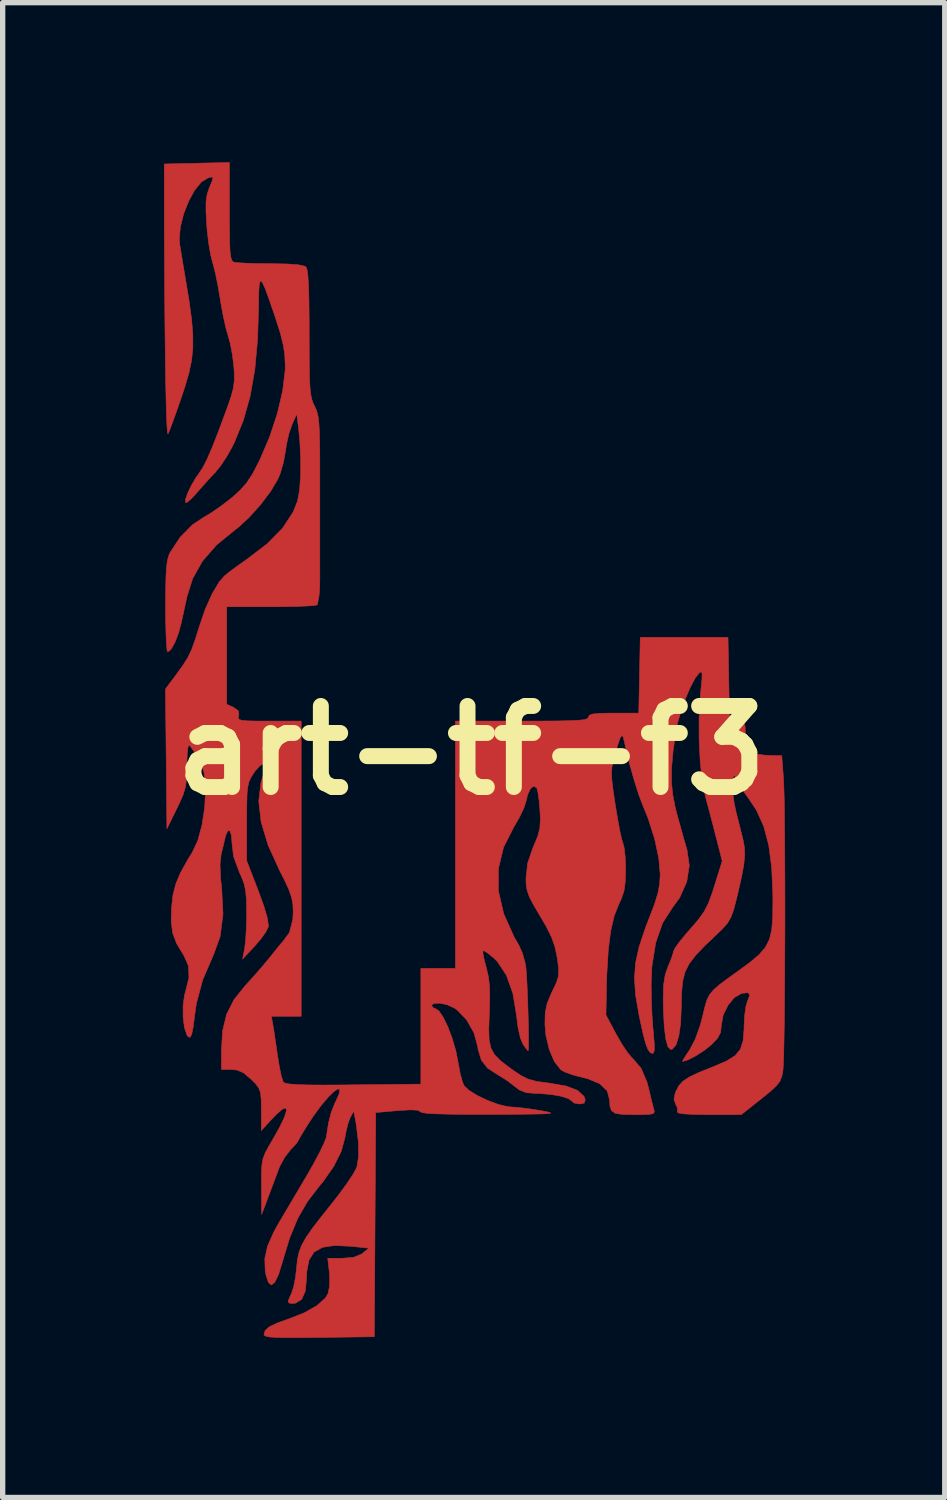
<source format=kicad_pcb>
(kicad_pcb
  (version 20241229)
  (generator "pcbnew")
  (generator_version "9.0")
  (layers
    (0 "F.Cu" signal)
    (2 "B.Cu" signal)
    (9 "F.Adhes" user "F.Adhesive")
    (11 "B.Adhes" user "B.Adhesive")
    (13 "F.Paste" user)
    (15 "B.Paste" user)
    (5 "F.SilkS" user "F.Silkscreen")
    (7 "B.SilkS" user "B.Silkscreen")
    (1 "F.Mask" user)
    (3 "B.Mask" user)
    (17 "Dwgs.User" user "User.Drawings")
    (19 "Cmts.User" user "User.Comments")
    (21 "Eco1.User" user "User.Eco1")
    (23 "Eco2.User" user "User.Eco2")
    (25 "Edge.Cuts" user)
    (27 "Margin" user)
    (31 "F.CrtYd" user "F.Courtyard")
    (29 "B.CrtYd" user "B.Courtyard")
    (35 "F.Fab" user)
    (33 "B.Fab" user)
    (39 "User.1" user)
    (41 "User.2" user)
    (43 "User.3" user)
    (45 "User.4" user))
  (footprint "art-tf-f3"
    (layer "F.Cu")
    (at 5.813 11.058)
    (property "Reference" "art-tf-f3" (at 0 0 0) (layer "F.SilkS") (effects (font (size 1.524 1.524) (thickness 0.3))))
    (attr through_hole)
    (fp_poly (pts (xy -4.55 -10.132) (xy -4.549 -9.802) (xy -4.545 -9.559) (xy -4.538 -9.389) (xy -4.525 -9.278) (xy -4.506 -9.215) (xy -4.48 -9.185) (xy -4.471 -9.18) (xy -4.392 -9.169) (xy -4.236 -9.159) (xy -4.025 -9.152) (xy -3.782 -9.15) (xy -3.781 -9.15) (xy -3.465 -9.145) (xy -3.248 -9.129) (xy -3.129 -9.102) (xy -3.11 -9.09) (xy -3.089 -9.035) (xy -3.073 -8.914) (xy -3.061 -8.717) (xy -3.054 -8.44) (xy -3.05 -8.073) (xy -3.05 -7.851) (xy -3.049 -7.473) (xy -3.047 -7.181) (xy -3.042 -6.96) (xy -3.032 -6.798) (xy -3.018 -6.68) (xy -2.998 -6.591) (xy -2.971 -6.518) (xy -2.949 -6.473) (xy -2.919 -6.409) (xy -2.896 -6.339) (xy -2.878 -6.25) (xy -2.866 -6.131) (xy -2.857 -5.968) (xy -2.852 -5.748) (xy -2.85 -5.46) (xy -2.85 -5.091) (xy -2.85 -4.875) (xy -2.85 -4.497) (xy -2.85 -4.138) (xy -2.85 -3.817) (xy -2.85 -3.547) (xy -2.85 -3.345) (xy -2.849 -3.227) (xy -2.849 -3.225) (xy -2.853 -3.057) (xy -2.863 -2.918) (xy -2.87 -2.875) (xy -2.89 -2.775) (xy -2.896 -2.737) (xy -2.945 -2.725) (xy -3.077 -2.715) (xy -3.277 -2.706) (xy -3.527 -2.701) (xy -3.75 -2.7) (xy -4.6 -2.7) (xy -4.6 -0.866) (xy -4.472 -0.808) (xy -4.38 -0.743) (xy -4.372 -0.659) (xy -4.375 -0.65) (xy -4.384 -0.608) (xy -4.367 -0.58) (xy -4.309 -0.563) (xy -4.196 -0.554) (xy -4.01 -0.55) (xy -3.803 -0.55) (xy -3.2 -0.55) (xy -3.2 5) (xy -3.761 5) (xy -3.732 5.162) (xy -3.711 5.288) (xy -3.683 5.478) (xy -3.651 5.695) (xy -3.643 5.75) (xy -3.61 5.952) (xy -3.575 6.118) (xy -3.543 6.222) (xy -3.535 6.239) (xy -3.496 6.259) (xy -3.41 6.274) (xy -3.267 6.285) (xy -3.057 6.291) (xy -2.77 6.293) (xy -2.396 6.291) (xy -2.218 6.289) (xy -0.95 6.276) (xy -0.95 4.1) (xy -0.3 4.1) (xy -0.3 -0.55) (xy 0.95 -0.55) (xy 1.34 -0.551) (xy 1.642 -0.553) (xy 1.865 -0.558) (xy 2.022 -0.566) (xy 2.122 -0.578) (xy 2.177 -0.594) (xy 2.199 -0.616) (xy 2.2 -0.625) (xy 2.217 -0.661) (xy 2.279 -0.683) (xy 2.404 -0.696) (xy 2.607 -0.7) (xy 2.674 -0.7) (xy 3.147 -0.7) (xy 3.161 -1.413) (xy 3.175 -2.125) (xy 4.825 -2.125) (xy 4.839 -1.337) (xy 4.853 -0.55) (xy 5.001 -0.55) (xy 5.084 -0.546) (xy 5.129 -0.517) (xy 5.147 -0.441) (xy 5.15 -0.292) (xy 5.15 -0.257) (xy 5.15 0.037) (xy 5.338 0.068) (xy 5.511 0.09) (xy 5.673 0.099) (xy 5.68 0.099) (xy 5.835 0.1) (xy 5.867 0.512) (xy 5.874 0.658) (xy 5.881 0.885) (xy 5.886 1.184) (xy 5.889 1.541) (xy 5.892 1.945) (xy 5.894 2.383) (xy 5.895 2.843) (xy 5.895 3.314) (xy 5.893 3.783) (xy 5.891 4.239) (xy 5.888 4.668) (xy 5.884 5.059) (xy 5.879 5.401) (xy 5.873 5.68) (xy 5.867 5.886) (xy 5.859 6.005) (xy 5.858 6.014) (xy 5.837 6.13) (xy 5.801 6.221) (xy 5.734 6.308) (xy 5.619 6.414) (xy 5.45 6.551) (xy 5.075 6.849) (xy 4.46 6.85) (xy 4.194 6.846) (xy 4.003 6.836) (xy 3.894 6.819) (xy 3.874 6.802) (xy 3.874 6.726) (xy 3.843 6.658) (xy 3.809 6.561) (xy 3.833 6.442) (xy 3.847 6.408) (xy 3.9 6.307) (xy 3.977 6.222) (xy 4.096 6.143) (xy 4.275 6.058) (xy 4.53 5.955) (xy 4.545 5.949) (xy 4.792 5.844) (xy 4.958 5.741) (xy 5.059 5.619) (xy 5.109 5.458) (xy 5.127 5.235) (xy 5.127 5.177) (xy 5.138 4.982) (xy 5.162 4.812) (xy 5.194 4.708) (xy 5.236 4.6) (xy 5.201 4.556) (xy 5.086 4.568) (xy 5.079 4.57) (xy 4.945 4.648) (xy 4.824 4.794) (xy 4.735 4.976) (xy 4.7 5.163) (xy 4.7 5.167) (xy 4.685 5.304) (xy 4.627 5.415) (xy 4.512 5.535) (xy 4.379 5.641) (xy 4.224 5.741) (xy 4.078 5.817) (xy 3.975 5.85) (xy 3.97 5.85) (xy 3.985 5.813) (xy 4.045 5.719) (xy 4.1 5.638) (xy 4.209 5.432) (xy 4.307 5.156) (xy 4.347 5) (xy 4.39 4.822) (xy 4.429 4.692) (xy 4.481 4.59) (xy 4.559 4.497) (xy 4.678 4.396) (xy 4.854 4.266) (xy 5.007 4.156) (xy 5.239 3.986) (xy 5.41 3.841) (xy 5.529 3.702) (xy 5.606 3.55) (xy 5.648 3.363) (xy 5.666 3.123) (xy 5.669 2.808) (xy 5.668 2.7) (xy 5.646 2.199) (xy 5.59 1.78) (xy 5.496 1.427) (xy 5.36 1.126) (xy 5.224 0.921) (xy 5.114 0.767) (xy 5.023 0.625) (xy 4.984 0.552) (xy 4.948 0.478) (xy 4.929 0.479) (xy 4.916 0.566) (xy 4.91 0.625) (xy 4.913 0.782) (xy 4.94 0.985) (xy 4.974 1.15) (xy 5.027 1.358) (xy 5.078 1.563) (xy 5.109 1.687) (xy 5.134 1.824) (xy 5.139 1.972) (xy 5.122 2.152) (xy 5.079 2.383) (xy 5.01 2.686) (xy 4.991 2.766) (xy 4.935 2.983) (xy 4.882 3.133) (xy 4.817 3.246) (xy 4.724 3.353) (xy 4.633 3.441) (xy 4.391 3.671) (xy 4.215 3.855) (xy 4.093 4.015) (xy 4.016 4.171) (xy 3.972 4.344) (xy 3.953 4.554) (xy 3.947 4.822) (xy 3.947 4.825) (xy 3.934 5.134) (xy 3.899 5.376) (xy 3.846 5.541) (xy 3.776 5.62) (xy 3.75 5.625) (xy 3.697 5.576) (xy 3.655 5.43) (xy 3.626 5.19) (xy 3.609 4.859) (xy 3.606 4.675) (xy 3.613 4.413) (xy 3.645 4.215) (xy 3.701 4.057) (xy 3.76 3.915) (xy 3.795 3.805) (xy 3.8 3.776) (xy 3.832 3.713) (xy 3.916 3.597) (xy 4.039 3.447) (xy 4.112 3.364) (xy 4.268 3.183) (xy 4.377 3.03) (xy 4.458 2.871) (xy 4.532 2.668) (xy 4.57 2.548) (xy 4.716 2.081) (xy 4.613 1.678) (xy 4.546 1.417) (xy 4.469 1.125) (xy 4.402 0.878) (xy 4.343 0.586) (xy 4.303 0.224) (xy 4.282 -0.18) (xy 4.281 -0.599) (xy 4.303 -1.004) (xy 4.316 -1.147) (xy 4.335 -1.335) (xy 4.338 -1.439) (xy 4.324 -1.477) (xy 4.29 -1.463) (xy 4.286 -1.459) (xy 4.207 -1.357) (xy 4.115 -1.184) (xy 4.022 -0.966) (xy 3.938 -0.73) (xy 3.873 -0.502) (xy 3.848 -0.374) (xy 3.793 0.007) (xy 3.765 0.318) (xy 3.761 0.583) (xy 3.785 0.829) (xy 3.834 1.081) (xy 3.873 1.231) (xy 3.936 1.457) (xy 3.993 1.661) (xy 4.038 1.814) (xy 4.054 1.87) (xy 4.097 2.166) (xy 4.049 2.473) (xy 3.915 2.772) (xy 3.781 2.956) (xy 3.594 3.248) (xy 3.465 3.619) (xy 3.394 4.064) (xy 3.38 4.398) (xy 3.384 4.673) (xy 3.395 4.962) (xy 3.413 5.22) (xy 3.422 5.312) (xy 3.44 5.526) (xy 3.438 5.651) (xy 3.415 5.699) (xy 3.409 5.7) (xy 3.362 5.683) (xy 3.319 5.623) (xy 3.276 5.508) (xy 3.227 5.324) (xy 3.169 5.058) (xy 3.148 4.957) (xy 3.087 4.6) (xy 3.066 4.289) (xy 3.087 3.995) (xy 3.155 3.688) (xy 3.272 3.339) (xy 3.342 3.157) (xy 3.444 2.891) (xy 3.507 2.685) (xy 3.54 2.51) (xy 3.55 2.337) (xy 3.55 2.332) (xy 3.522 2.022) (xy 3.445 1.662) (xy 3.325 1.285) (xy 3.23 1.05) (xy 3.148 0.838) (xy 3.06 0.559) (xy 2.972 0.246) (xy 2.896 -0.071) (xy 2.875 -0.168) (xy 2.852 -0.257) (xy 2.827 -0.279) (xy 2.795 -0.228) (xy 2.749 -0.094) (xy 2.703 0.065) (xy 2.665 0.203) (xy 2.642 0.317) (xy 2.634 0.43) (xy 2.642 0.566) (xy 2.665 0.751) (xy 2.703 1.009) (xy 2.706 1.028) (xy 2.747 1.276) (xy 2.787 1.494) (xy 2.823 1.659) (xy 2.85 1.749) (xy 2.852 1.753) (xy 2.875 1.844) (xy 2.892 2.004) (xy 2.9 2.201) (xy 2.9 2.242) (xy 2.893 2.474) (xy 2.869 2.645) (xy 2.818 2.794) (xy 2.776 2.883) (xy 2.686 3.11) (xy 2.618 3.401) (xy 2.573 3.767) (xy 2.546 4.217) (xy 2.541 4.405) (xy 2.53 4.975) (xy 2.725 5.342) (xy 2.832 5.527) (xy 2.941 5.688) (xy 3.031 5.794) (xy 3.046 5.807) (xy 3.191 5.978) (xy 3.302 6.239) (xy 3.35 6.425) (xy 3.386 6.584) (xy 3.422 6.719) (xy 3.427 6.737) (xy 3.44 6.793) (xy 3.423 6.827) (xy 3.359 6.843) (xy 3.227 6.849) (xy 3.061 6.85) (xy 2.844 6.846) (xy 2.708 6.825) (xy 2.635 6.776) (xy 2.605 6.689) (xy 2.6 6.578) (xy 2.554 6.404) (xy 2.416 6.269) (xy 2.187 6.173) (xy 2.09 6.15) (xy 1.909 6.103) (xy 1.757 6.048) (xy 1.681 6.005) (xy 1.56 5.85) (xy 1.464 5.625) (xy 1.401 5.359) (xy 1.383 5.15) (xy 1.388 4.933) (xy 1.425 4.757) (xy 1.505 4.565) (xy 1.521 4.533) (xy 1.597 4.372) (xy 1.636 4.252) (xy 1.642 4.13) (xy 1.624 3.966) (xy 1.613 3.898) (xy 1.573 3.701) (xy 1.509 3.517) (xy 1.408 3.313) (xy 1.293 3.116) (xy 1.169 2.906) (xy 1.09 2.753) (xy 1.047 2.63) (xy 1.029 2.51) (xy 1.027 2.397) (xy 1.058 2.122) (xy 1.157 1.831) (xy 1.17 1.802) (xy 1.248 1.614) (xy 1.287 1.461) (xy 1.297 1.294) (xy 1.289 1.126) (xy 1.273 0.94) (xy 1.251 0.79) (xy 1.23 0.708) (xy 1.229 0.706) (xy 1.172 0.672) (xy 1.11 0.72) (xy 1.057 0.835) (xy 1.033 0.939) (xy 0.99 1.076) (xy 0.906 1.255) (xy 0.801 1.436) (xy 0.605 1.822) (xy 0.508 2.224) (xy 0.508 2.641) (xy 0.607 3.071) (xy 0.805 3.513) (xy 0.891 3.66) (xy 0.96 3.814) (xy 1.012 4.004) (xy 1.024 4.076) (xy 1.035 4.201) (xy 1.045 4.386) (xy 1.055 4.61) (xy 1.063 4.853) (xy 1.07 5.096) (xy 1.074 5.317) (xy 1.075 5.496) (xy 1.072 5.614) (xy 1.067 5.65) (xy 1.032 5.613) (xy 0.97 5.524) (xy 0.969 5.523) (xy 0.92 5.402) (xy 0.877 5.209) (xy 0.848 4.981) (xy 0.78 4.57) (xy 0.659 4.23) (xy 0.488 3.97) (xy 0.413 3.897) (xy 0.306 3.811) (xy 0.233 3.767) (xy 0.217 3.767) (xy 0.218 3.823) (xy 0.243 3.946) (xy 0.279 4.081) (xy 0.318 4.246) (xy 0.34 4.423) (xy 0.346 4.639) (xy 0.338 4.924) (xy 0.337 4.955) (xy 0.327 5.24) (xy 0.334 5.449) (xy 0.369 5.603) (xy 0.439 5.727) (xy 0.555 5.842) (xy 0.726 5.973) (xy 0.77 6.005) (xy 0.931 6.113) (xy 1.068 6.181) (xy 1.22 6.223) (xy 1.427 6.252) (xy 1.467 6.257) (xy 1.78 6.311) (xy 1.996 6.393) (xy 2.117 6.505) (xy 2.141 6.568) (xy 2.123 6.632) (xy 2.033 6.65) (xy 1.932 6.631) (xy 1.891 6.597) (xy 1.828 6.548) (xy 1.691 6.504) (xy 1.504 6.471) (xy 1.291 6.453) (xy 1.22 6.451) (xy 1.036 6.437) (xy 0.904 6.386) (xy 0.82 6.322) (xy 0.671 6.208) (xy 0.508 6.106) (xy 0.5 6.102) (xy 0.305 5.975) (xy 0.188 5.826) (xy 0.127 5.626) (xy 0.119 5.571) (xy 0.048 5.31) (xy -0.089 5.069) (xy -0.268 4.881) (xy -0.325 4.842) (xy -0.454 4.784) (xy -0.589 4.754) (xy -0.698 4.756) (xy -0.749 4.792) (xy -0.75 4.8) (xy -0.711 4.846) (xy -0.687 4.85) (xy -0.614 4.896) (xy -0.529 5.019) (xy -0.441 5.202) (xy -0.359 5.422) (xy -0.29 5.661) (xy -0.246 5.888) (xy -0.212 6.071) (xy -0.17 6.226) (xy -0.138 6.304) (xy -0.047 6.392) (xy 0.111 6.49) (xy 0.306 6.582) (xy 0.506 6.657) (xy 0.681 6.699) (xy 0.735 6.704) (xy 0.881 6.715) (xy 1.081 6.739) (xy 1.295 6.772) (xy 1.3 6.773) (xy 1.408 6.793) (xy 1.475 6.809) (xy 1.493 6.82) (xy 1.455 6.829) (xy 1.351 6.835) (xy 1.175 6.839) (xy 0.919 6.842) (xy 0.574 6.844) (xy 0.367 6.845) (xy -0.072 6.845) (xy -0.417 6.841) (xy -0.673 6.834) (xy -0.845 6.823) (xy -0.938 6.807) (xy -0.96 6.794) (xy -1.01 6.766) (xy -1.138 6.759) (xy -1.354 6.771) (xy -1.389 6.774) (xy -1.799 6.81) (xy -1.812 8.918) (xy -1.825 11.025) (xy -2.862 11.039) (xy -3.217 11.042) (xy -3.484 11.042) (xy -3.673 11.038) (xy -3.798 11.029) (xy -3.869 11.014) (xy -3.898 10.993) (xy -3.9 10.982) (xy -3.876 10.905) (xy -3.794 10.835) (xy -3.64 10.763) (xy -3.451 10.696) (xy -3.144 10.576) (xy -2.906 10.441) (xy -2.747 10.3) (xy -2.694 10.211) (xy -2.668 10.081) (xy -2.664 9.906) (xy -2.671 9.812) (xy -2.701 9.55) (xy -2.431 9.55) (xy -2.215 9.532) (xy -2.069 9.473) (xy -2.044 9.455) (xy -1.927 9.36) (xy -2.258 9.325) (xy -2.57 9.31) (xy -2.8 9.344) (xy -2.959 9.434) (xy -3.054 9.586) (xy -3.096 9.808) (xy -3.1 9.924) (xy -3.122 10.166) (xy -3.19 10.321) (xy -3.305 10.393) (xy -3.366 10.4) (xy -3.432 10.391) (xy -3.443 10.349) (xy -3.402 10.25) (xy -3.382 10.21) (xy -3.342 10.089) (xy -3.307 9.911) (xy -3.288 9.739) (xy -3.271 9.579) (xy -3.242 9.441) (xy -3.192 9.308) (xy -3.111 9.162) (xy -2.991 8.988) (xy -2.822 8.769) (xy -2.635 8.536) (xy -2.472 8.326) (xy -2.328 8.127) (xy -2.218 7.959) (xy -2.156 7.843) (xy -2.153 7.833) (xy -2.12 7.635) (xy -2.125 7.363) (xy -2.165 7.033) (xy -2.184 6.929) (xy -2.212 6.782) (xy -2.278 6.904) (xy -2.323 7.025) (xy -2.363 7.195) (xy -2.378 7.285) (xy -2.448 7.541) (xy -2.589 7.824) (xy -2.79 8.111) (xy -2.859 8.193) (xy -3.083 8.484) (xy -3.266 8.802) (xy -3.418 9.171) (xy -3.552 9.615) (xy -3.553 9.619) (xy -3.627 9.858) (xy -3.697 10.002) (xy -3.761 10.052) (xy -3.817 10.004) (xy -3.863 9.859) (xy -3.877 9.778) (xy -3.884 9.554) (xy -3.832 9.32) (xy -3.714 9.054) (xy -3.629 8.9) (xy -3.541 8.752) (xy -3.418 8.544) (xy -3.275 8.302) (xy -3.127 8.052) (xy -3.106 8.017) (xy -2.974 7.785) (xy -2.86 7.572) (xy -2.776 7.399) (xy -2.731 7.285) (xy -2.727 7.267) (xy -2.686 7.006) (xy -2.636 6.809) (xy -2.57 6.641) (xy -2.545 6.59) (xy -2.482 6.446) (xy -2.474 6.373) (xy -2.512 6.366) (xy -2.587 6.417) (xy -2.692 6.52) (xy -2.818 6.668) (xy -2.957 6.856) (xy -3.03 6.964) (xy -3.132 7.125) (xy -3.209 7.252) (xy -3.248 7.323) (xy -3.25 7.33) (xy -3.282 7.38) (xy -3.362 7.469) (xy -3.396 7.503) (xy -3.508 7.648) (xy -3.604 7.823) (xy -3.62 7.862) (xy -3.68 8.025) (xy -3.757 8.231) (xy -3.821 8.4) (xy -3.943 8.725) (xy -3.947 8.203) (xy -3.947 7.968) (xy -3.94 7.804) (xy -3.919 7.681) (xy -3.877 7.57) (xy -3.808 7.442) (xy -3.751 7.345) (xy -3.607 7.09) (xy -3.516 6.899) (xy -3.476 6.775) (xy -3.49 6.724) (xy -3.555 6.747) (xy -3.673 6.85) (xy -3.744 6.925) (xy -3.95 7.148) (xy -3.95 6.759) (xy -3.952 6.562) (xy -3.965 6.434) (xy -3.999 6.344) (xy -4.063 6.261) (xy -4.14 6.185) (xy -4.28 6.066) (xy -4.405 6.011) (xy -4.515 6) (xy -4.7 6) (xy -4.7 5.645) (xy -4.677 5.271) (xy -4.602 4.962) (xy -4.464 4.689) (xy -4.255 4.427) (xy -4.254 4.426) (xy -4.087 4.243) (xy -3.917 4.047) (xy -3.779 3.881) (xy -3.775 3.875) (xy -3.668 3.741) (xy -3.586 3.641) (xy -3.549 3.6) (xy -3.422 3.428) (xy -3.358 3.184) (xy -3.35 3.039) (xy -3.356 2.895) (xy -3.381 2.763) (xy -3.432 2.616) (xy -3.519 2.429) (xy -3.603 2.264) (xy -3.822 1.783) (xy -3.953 1.349) (xy -3.998 0.957) (xy -3.957 0.607) (xy -3.925 0.5) (xy -3.875 0.355) (xy -3.856 0.281) (xy -3.867 0.254) (xy -3.908 0.251) (xy -3.913 0.251) (xy -3.976 0.289) (xy -4.063 0.386) (xy -4.1 0.438) (xy -4.149 0.517) (xy -4.183 0.594) (xy -4.205 0.689) (xy -4.218 0.822) (xy -4.223 1.011) (xy -4.225 1.277) (xy -4.225 1.35) (xy -4.225 2.075) (xy -4.007 2.639) (xy -3.899 2.937) (xy -3.835 3.158) (xy -3.816 3.297) (xy -3.819 3.321) (xy -3.868 3.419) (xy -3.966 3.555) (xy -4.076 3.682) (xy -4.302 3.925) (xy -4.263 3.725) (xy -4.246 3.584) (xy -4.233 3.379) (xy -4.226 3.146) (xy -4.225 3.05) (xy -4.229 2.81) (xy -4.245 2.636) (xy -4.277 2.495) (xy -4.334 2.352) (xy -4.363 2.291) (xy -4.472 1.993) (xy -4.5 1.753) (xy -4.512 1.595) (xy -4.541 1.513) (xy -4.581 1.513) (xy -4.621 1.604) (xy -4.629 1.637) (xy -4.663 1.783) (xy -4.704 1.949) (xy -4.706 1.961) (xy -4.726 2.149) (xy -4.714 2.422) (xy -4.695 2.598) (xy -4.67 3.078) (xy -4.724 3.501) (xy -4.853 3.855) (xy -5.052 4.315) (xy -5.171 4.761) (xy -5.201 4.968) (xy -5.23 5.199) (xy -5.259 5.339) (xy -5.29 5.397) (xy -5.328 5.382) (xy -5.346 5.356) (xy -5.395 5.216) (xy -5.42 5.018) (xy -5.421 4.801) (xy -5.394 4.604) (xy -5.376 4.539) (xy -5.31 4.273) (xy -5.32 4.052) (xy -5.407 3.855) (xy -5.414 3.844) (xy -5.543 3.631) (xy -5.616 3.436) (xy -5.644 3.221) (xy -5.637 2.957) (xy -5.611 2.721) (xy -5.558 2.512) (xy -5.469 2.301) (xy -5.333 2.056) (xy -5.251 1.925) (xy -5.146 1.702) (xy -5.066 1.41) (xy -5.015 1.08) (xy -5 0.79) (xy -5.006 0.569) (xy -5.029 0.408) (xy -5.078 0.269) (xy -5.138 0.151) (xy -5.218 0.015) (xy -5.284 -0.076) (xy -5.312 -0.099) (xy -5.33 -0.054) (xy -5.343 0.069) (xy -5.35 0.244) (xy -5.35 0.306) (xy -5.354 0.522) (xy -5.375 0.684) (xy -5.42 0.836) (xy -5.502 1.02) (xy -5.538 1.094) (xy -5.725 1.475) (xy -5.738 0.161) (xy -5.752 -1.152) (xy -5.557 -1.414) (xy -5.425 -1.596) (xy -5.331 -1.746) (xy -5.259 -1.896) (xy -5.193 -2.081) (xy -5.126 -2.295) (xy -5.007 -2.646) (xy -4.875 -2.942) (xy -4.741 -3.168) (xy -4.642 -3.28) (xy -4.541 -3.362) (xy -4.389 -3.474) (xy -4.225 -3.589) (xy -3.839 -3.884) (xy -3.549 -4.179) (xy -3.352 -4.479) (xy -3.27 -4.684) (xy -3.231 -4.888) (xy -3.211 -5.163) (xy -3.209 -5.483) (xy -3.226 -5.823) (xy -3.246 -6.025) (xy -3.282 -6.325) (xy -3.373 -6.125) (xy -3.43 -5.959) (xy -3.477 -5.751) (xy -3.496 -5.625) (xy -3.534 -5.413) (xy -3.596 -5.201) (xy -3.638 -5.1) (xy -3.775 -4.87) (xy -3.965 -4.619) (xy -4.178 -4.381) (xy -4.386 -4.19) (xy -4.435 -4.153) (xy -4.792 -3.862) (xy -5.057 -3.558) (xy -5.241 -3.229) (xy -5.345 -2.9) (xy -5.386 -2.713) (xy -5.433 -2.497) (xy -5.454 -2.4) (xy -5.508 -2.199) (xy -5.576 -2.025) (xy -5.646 -1.901) (xy -5.707 -1.85) (xy -5.711 -1.85) (xy -5.724 -1.897) (xy -5.735 -2.028) (xy -5.743 -2.227) (xy -5.749 -2.477) (xy -5.75 -2.702) (xy -5.748 -3.033) (xy -5.742 -3.279) (xy -5.731 -3.458) (xy -5.712 -3.585) (xy -5.685 -3.676) (xy -5.667 -3.715) (xy -5.478 -4.004) (xy -5.242 -4.243) (xy -5.042 -4.376) (xy -4.884 -4.471) (xy -4.692 -4.604) (xy -4.508 -4.747) (xy -4.504 -4.75) (xy -4.347 -4.891) (xy -4.225 -5.03) (xy -4.116 -5.195) (xy -3.999 -5.419) (xy -3.977 -5.464) (xy -3.793 -5.893) (xy -3.648 -6.334) (xy -3.548 -6.76) (xy -3.502 -7.142) (xy -3.5 -7.234) (xy -3.508 -7.427) (xy -3.536 -7.617) (xy -3.589 -7.835) (xy -3.676 -8.109) (xy -3.695 -8.167) (xy -3.799 -8.468) (xy -3.875 -8.678) (xy -3.93 -8.798) (xy -3.965 -8.831) (xy -3.986 -8.78) (xy -3.996 -8.648) (xy -4 -8.438) (xy -4 -8.375) (xy -4.02 -7.727) (xy -4.072 -7.159) (xy -4.16 -6.658) (xy -4.286 -6.209) (xy -4.453 -5.797) (xy -4.498 -5.705) (xy -4.605 -5.515) (xy -4.724 -5.338) (xy -4.816 -5.227) (xy -4.944 -5.09) (xy -5.091 -4.925) (xy -5.16 -4.846) (xy -5.264 -4.733) (xy -5.343 -4.666) (xy -5.374 -4.658) (xy -5.375 -4.72) (xy -5.333 -4.838) (xy -5.264 -4.983) (xy -5.179 -5.127) (xy -5.122 -5.207) (xy -5.051 -5.314) (xy -4.968 -5.477) (xy -4.869 -5.706) (xy -4.75 -6.011) (xy -4.605 -6.401) (xy -4.598 -6.42) (xy -4.52 -6.645) (xy -4.475 -6.812) (xy -4.457 -6.959) (xy -4.459 -7.12) (xy -4.467 -7.222) (xy -4.494 -7.441) (xy -4.535 -7.655) (xy -4.575 -7.8) (xy -4.618 -7.95) (xy -4.665 -8.163) (xy -4.709 -8.401) (xy -4.725 -8.5) (xy -4.765 -8.735) (xy -4.81 -8.958) (xy -4.853 -9.131) (xy -4.869 -9.183) (xy -4.904 -9.324) (xy -4.939 -9.53) (xy -4.967 -9.767) (xy -4.976 -9.882) (xy -4.99 -10.134) (xy -4.989 -10.314) (xy -4.97 -10.449) (xy -4.932 -10.565) (xy -4.931 -10.569) (xy -4.875 -10.704) (xy -4.858 -10.768) (xy -4.882 -10.781) (xy -4.949 -10.765) (xy -4.951 -10.764) (xy -5.078 -10.686) (xy -5.204 -10.531) (xy -5.318 -10.322) (xy -5.411 -10.084) (xy -5.472 -9.839) (xy -5.492 -9.611) (xy -5.484 -9.515) (xy -5.462 -9.378) (xy -5.429 -9.178) (xy -5.391 -8.952) (xy -5.378 -8.875) (xy -5.308 -8.451) (xy -5.261 -8.105) (xy -5.237 -7.817) (xy -5.237 -7.566) (xy -5.261 -7.333) (xy -5.31 -7.098) (xy -5.385 -6.841) (xy -5.448 -6.65) (xy -5.531 -6.411) (xy -5.606 -6.202) (xy -5.665 -6.043) (xy -5.701 -5.956) (xy -5.705 -5.95) (xy -5.714 -5.981) (xy -5.724 -6.107) (xy -5.733 -6.32) (xy -5.741 -6.614) (xy -5.749 -6.985) (xy -5.755 -7.425) (xy -5.761 -7.928) (xy -5.766 -8.489) (xy -5.77 -9.101) (xy -5.773 -9.759) (xy -5.774 -10.363) (xy -5.775 -11.025) (xy -4.55 -11.053) (xy -4.55 -10.132)) (stroke (width 0.01) (type solid)) (fill yes) (layer "F.Cu")))
  (gr_rect
    (start -3 -3)
    (end 14.713 25.105)
    (stroke (width 0.1) (type default))
    (fill no)
    (layer "Edge.Cuts")))
</source>
